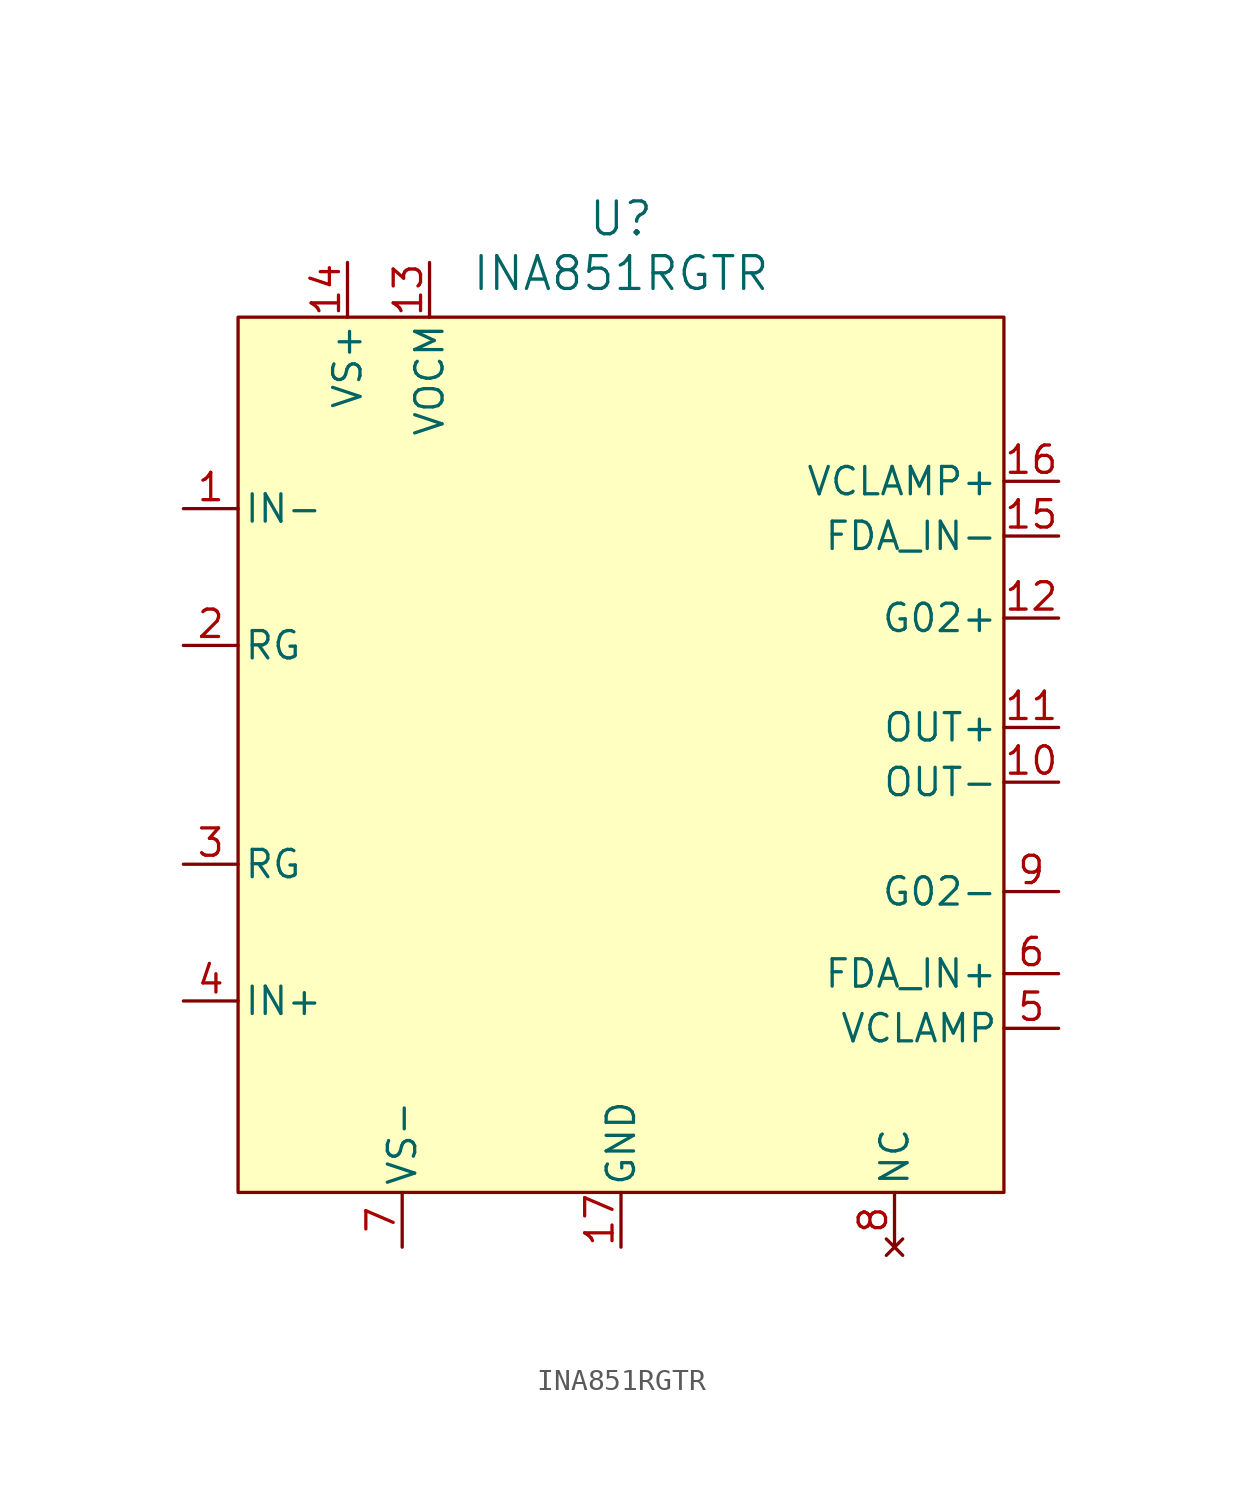
<source format=kicad_sym>
(kicad_symbol_lib
  (version 20241209)
  (generator "kicad_symbol_editor")
  (generator_version "9.0")
  (symbol "INA851RGTR"
    (pin_names
      (offset 0.254))
    (property "Reference" "U"
      (at 0 24.892 0)
      (effects (font (size 1.524 1.524))))
    (property "Value" "INA851RGTR"
      (at 0 22.352 0)
      (effects (font (size 1.524 1.524))))
    (property "ki_locked" ""
      (at 0 0 0)
      (effects (font (size 1.27 1.27))))
    (symbol "INA851RGTR_1_1"
      (rectangle (start -17.78 20.32) (end 17.78 -20.32) (stroke (width 0) (type solid)) (fill (type background)))
      (pin input line (at -20.32 11.43 0) (length 2.54) (name "IN-" (effects (font (size 1.27 1.27)))) (number "1" (effects (font (size 1.27 1.27)))))
      (pin unspecified line (at -20.32 5.08 0) (length 2.54) (name "RG" (effects (font (size 1.27 1.27)))) (number "2" (effects (font (size 1.27 1.27)))))
      (pin unspecified line (at -20.32 -5.08 0) (length 2.54) (name "RG" (effects (font (size 1.27 1.27)))) (number "3" (effects (font (size 1.27 1.27)))))
      (pin input line (at -20.32 -11.43 0) (length 2.54) (name "IN+" (effects (font (size 1.27 1.27)))) (number "4" (effects (font (size 1.27 1.27)))))
      (pin power_in line (at -12.7 22.86 270) (length 2.54) (name "VS+" (effects (font (size 1.27 1.27)))) (number "14" (effects (font (size 1.27 1.27)))))
      (pin power_out line (at -10.16 -22.86 90) (length 2.54) (name "VS-" (effects (font (size 1.27 1.27)))) (number "7" (effects (font (size 1.27 1.27)))))
      (pin input line (at -8.89 22.86 270) (length 2.54) (name "VOCM" (effects (font (size 1.27 1.27)))) (number "13" (effects (font (size 1.27 1.27)))))
      (pin power_out line (at 0 -22.86 90) (length 2.54) (name "GND" (effects (font (size 1.27 1.27)))) (number "17" (effects (font (size 1.27 1.27)))))
      (pin no_connect line (at 12.7 -22.86 90) (length 2.54) (name "NC" (effects (font (size 1.27 1.27)))) (number "8" (effects (font (size 1.27 1.27)))))
      (pin input line (at 20.32 12.7 180) (length 2.54) (name "VCLAMP+" (effects (font (size 1.27 1.27)))) (number "16" (effects (font (size 1.27 1.27)))))
      (pin input line (at 20.32 10.16 180) (length 2.54) (name "FDA_IN-" (effects (font (size 1.27 1.27)))) (number "15" (effects (font (size 1.27 1.27)))))
      (pin bidirectional line (at 20.32 6.35 180) (length 2.54) (name "G02+" (effects (font (size 1.27 1.27)))) (number "12" (effects (font (size 1.27 1.27)))))
      (pin output line (at 20.32 1.27 180) (length 2.54) (name "OUT+" (effects (font (size 1.27 1.27)))) (number "11" (effects (font (size 1.27 1.27)))))
      (pin output line (at 20.32 -1.27 180) (length 2.54) (name "OUT-" (effects (font (size 1.27 1.27)))) (number "10" (effects (font (size 1.27 1.27)))))
      (pin bidirectional line (at 20.32 -6.35 180) (length 2.54) (name "G02-" (effects (font (size 1.27 1.27)))) (number "9" (effects (font (size 1.27 1.27)))))
      (pin input line (at 20.32 -10.16 180) (length 2.54) (name "FDA_IN+" (effects (font (size 1.27 1.27)))) (number "6" (effects (font (size 1.27 1.27)))))
      (pin input line (at 20.32 -12.7 180) (length 2.54) (name "VCLAMP" (effects (font (size 1.27 1.27)))) (number "5" (effects (font (size 1.27 1.27))))))))
</source>
